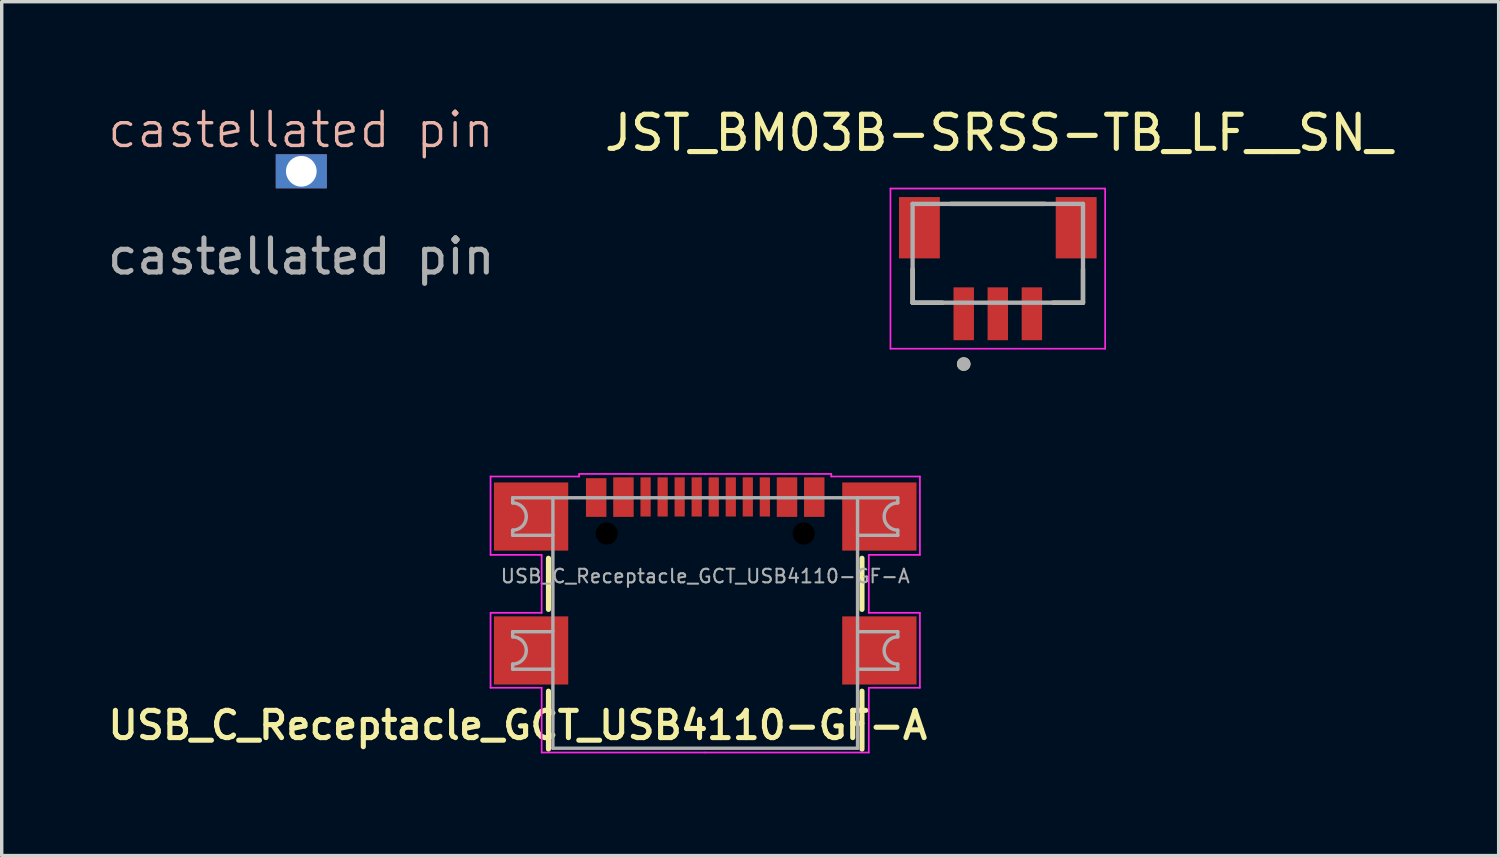
<source format=kicad_pcb>
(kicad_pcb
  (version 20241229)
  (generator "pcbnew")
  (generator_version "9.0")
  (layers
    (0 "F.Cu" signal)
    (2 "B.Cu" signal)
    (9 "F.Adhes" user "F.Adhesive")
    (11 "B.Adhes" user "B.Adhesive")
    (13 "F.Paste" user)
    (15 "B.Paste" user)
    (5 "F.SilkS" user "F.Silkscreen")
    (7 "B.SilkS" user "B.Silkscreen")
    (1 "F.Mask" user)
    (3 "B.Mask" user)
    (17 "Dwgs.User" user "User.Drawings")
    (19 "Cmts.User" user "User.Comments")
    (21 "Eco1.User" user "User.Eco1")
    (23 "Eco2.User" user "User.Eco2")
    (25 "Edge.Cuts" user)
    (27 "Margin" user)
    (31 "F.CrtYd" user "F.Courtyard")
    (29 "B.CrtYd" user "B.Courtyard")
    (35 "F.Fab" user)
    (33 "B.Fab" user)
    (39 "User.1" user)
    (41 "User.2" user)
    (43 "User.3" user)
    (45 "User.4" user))
  (footprint "castellated pin"
    (layer "F.Cu")
    (at 5.792 1.977)
    (property "Reference" "castellated pin" (at -0.01 -1.217 0) (unlocked yes) (layer "B.SilkS") (effects (font (size 1 1) (thickness 0.1))))
    (attr through_hole)
    (fp_text user "${REFERENCE}" (at 0 2.5 0) (unlocked yes) (layer "F.Fab") (effects (font (size 1 1) (thickness 0.15))))
    (pad "1" thru_hole rect (at 0 0) (size 1.5 1) (drill 0.9) (layers "*.Cu" "*.Mask")))
  (footprint "JST_BM03B-SRSS-TB_LF__SN_"
    (layer "F.Cu")
    (at 26.231 3.633)
    (property "Reference" "JST_BM03B-SRSS-TB_LF__SN_" (at 0.025 -2.785 0) (layer "F.SilkS") (effects (font (size 1 1) (thickness 0.15))))
    (attr smd)
    (fp_line (start -2.5 2.2) (end -2.5 1.22) (stroke (width 0.127) (type solid)) (layer "F.SilkS"))
    (fp_line (start -1.62 2.2) (end -2.5 2.2) (stroke (width 0.127) (type solid)) (layer "F.SilkS"))
    (fp_line (start -1.38 -0.7) (end 1.38 -0.7) (stroke (width 0.127) (type solid)) (layer "F.SilkS"))
    (fp_line (start 2.5 2.2) (end 1.62 2.2) (stroke (width 0.127) (type solid)) (layer "F.SilkS"))
    (fp_line (start 2.5 2.2) (end 2.5 1.22) (stroke (width 0.127) (type solid)) (layer "F.SilkS"))
    (fp_circle (center -1 4) (end -0.9 4) (stroke (width 0.2) (type solid)) (fill no) (layer "F.SilkS"))
    (fp_line (start -3.15 -1.15) (end -3.15 3.55) (stroke (width 0.05) (type solid)) (layer "F.CrtYd"))
    (fp_line (start -3.15 3.55) (end 3.15 3.55) (stroke (width 0.05) (type solid)) (layer "F.CrtYd"))
    (fp_line (start 3.15 -1.15) (end -3.15 -1.15) (stroke (width 0.05) (type solid)) (layer "F.CrtYd"))
    (fp_line (start 3.15 3.55) (end 3.15 -1.15) (stroke (width 0.05) (type solid)) (layer "F.CrtYd"))
    (fp_line (start -2.5 -0.7) (end 2.5 -0.7) (stroke (width 0.127) (type solid)) (layer "F.Fab"))
    (fp_line (start -2.5 2.2) (end -2.5 -0.7) (stroke (width 0.127) (type solid)) (layer "F.Fab"))
    (fp_line (start 2.5 -0.7) (end 2.5 2.2) (stroke (width 0.127) (type solid)) (layer "F.Fab"))
    (fp_line (start 2.5 2.2) (end -2.5 2.2) (stroke (width 0.127) (type solid)) (layer "F.Fab"))
    (fp_circle (center -1 4) (end -0.9 4) (stroke (width 0.2) (type solid)) (fill no) (layer "F.Fab"))
    (pad "1" smd rect (at -1 2.525) (size 0.6 1.55) (layers "F.Cu" "F.Mask" "F.Paste"))
    (pad "2" smd rect (at 0 2.525) (size 0.6 1.55) (layers "F.Cu" "F.Mask" "F.Paste"))
    (pad "3" smd rect (at 1 2.525) (size 0.6 1.55) (layers "F.Cu" "F.Mask" "F.Paste"))
    (pad "S1" smd rect (at -2.3 0) (size 1.2 1.8) (layers "F.Cu" "F.Mask" "F.Paste"))
    (pad "S2" smd rect (at 2.3 0) (size 1.2 1.8) (layers "F.Cu" "F.Mask" "F.Paste")))
  (footprint "USB_C_Receptacle_GCT_USB4110-GF-A"
    (layer "F.Cu")
    (at 17.645 15.233)
    (property "Reference" "USB_C_Receptacle_GCT_USB4110-GF-A" (at -5.5 3 0) (layer "F.SilkS") (effects (font (size 0.8 0.8) (thickness 0.15))))
    (attr smd)
    (fp_line (start -4.6 -0.4) (end -4.6 -1.9) (stroke (width 0.15) (type solid)) (layer "F.SilkS"))
    (fp_line (start -4.6 3.7) (end -4.6 2) (stroke (width 0.15) (type solid)) (layer "F.SilkS"))
    (fp_line (start 4.6 -0.4) (end 4.6 -1.9) (stroke (width 0.15) (type solid)) (layer "F.SilkS"))
    (fp_line (start 4.6 3.7) (end 4.6 2) (stroke (width 0.15) (type solid)) (layer "F.SilkS"))
    (fp_line (start -6.3 -4.3) (end -6.3 -2) (stroke (width 0.05) (type solid)) (layer "F.CrtYd"))
    (fp_line (start -6.3 -4.3) (end -3.7 -4.3) (stroke (width 0.05) (type solid)) (layer "F.CrtYd"))
    (fp_line (start -6.3 -2) (end -4.8 -2) (stroke (width 0.05) (type solid)) (layer "F.CrtYd"))
    (fp_line (start -6.3 -0.3) (end -6.3 1.9) (stroke (width 0.05) (type solid)) (layer "F.CrtYd"))
    (fp_line (start -4.8 -2) (end -4.8 -0.3) (stroke (width 0.05) (type solid)) (layer "F.CrtYd"))
    (fp_line (start -4.8 -0.3) (end -6.3 -0.3) (stroke (width 0.05) (type solid)) (layer "F.CrtYd"))
    (fp_line (start -4.8 1.9) (end -6.3 1.9) (stroke (width 0.05) (type solid)) (layer "F.CrtYd"))
    (fp_line (start -4.8 1.9) (end -4.8 3.8) (stroke (width 0.05) (type solid)) (layer "F.CrtYd"))
    (fp_line (start -3.7 -4.3) (end -3.7 -4.375) (stroke (width 0.05) (type solid)) (layer "F.CrtYd"))
    (fp_line (start 0 -4.375) (end -3.7 -4.375) (stroke (width 0.05) (type solid)) (layer "F.CrtYd"))
    (fp_line (start 0 -4.375) (end 3.7 -4.375) (stroke (width 0.05) (type solid)) (layer "F.CrtYd"))
    (fp_line (start 0 3.8) (end -4.8 3.8) (stroke (width 0.05) (type solid)) (layer "F.CrtYd"))
    (fp_line (start 0 3.8) (end 4.8 3.8) (stroke (width 0.05) (type solid)) (layer "F.CrtYd"))
    (fp_line (start 3.7 -4.3) (end 3.7 -4.375) (stroke (width 0.05) (type solid)) (layer "F.CrtYd"))
    (fp_line (start 4.8 -2) (end 4.8 -0.3) (stroke (width 0.05) (type solid)) (layer "F.CrtYd"))
    (fp_line (start 4.8 -0.3) (end 6.3 -0.3) (stroke (width 0.05) (type solid)) (layer "F.CrtYd"))
    (fp_line (start 4.8 1.9) (end 4.8 3.8) (stroke (width 0.05) (type solid)) (layer "F.CrtYd"))
    (fp_line (start 4.8 1.9) (end 6.3 1.9) (stroke (width 0.05) (type solid)) (layer "F.CrtYd"))
    (fp_line (start 6.3 -4.3) (end 3.7 -4.3) (stroke (width 0.05) (type solid)) (layer "F.CrtYd"))
    (fp_line (start 6.3 -4.3) (end 6.3 -2) (stroke (width 0.05) (type solid)) (layer "F.CrtYd"))
    (fp_line (start 6.3 -2) (end 4.8 -2) (stroke (width 0.05) (type solid)) (layer "F.CrtYd"))
    (fp_line (start 6.3 -0.3) (end 6.3 1.9) (stroke (width 0.05) (type solid)) (layer "F.CrtYd"))
    (fp_line (start -5.65 -3.675) (end -5.65 -3.525) (stroke (width 0.1) (type solid)) (layer "F.Fab"))
    (fp_line (start -5.65 -2.725) (end -5.65 -2.575) (stroke (width 0.1) (type solid)) (layer "F.Fab"))
    (fp_line (start -5.65 0.405) (end -5.65 0.255) (stroke (width 0.1) (type solid)) (layer "F.Fab"))
    (fp_line (start -5.65 1.355) (end -5.65 1.205) (stroke (width 0.1) (type solid)) (layer "F.Fab"))
    (fp_line (start -4.47 -3.675) (end -5.65 -3.675) (stroke (width 0.1) (type solid)) (layer "F.Fab"))
    (fp_line (start -4.47 -3.675) (end 4.47 -3.675) (stroke (width 0.1) (type solid)) (layer "F.Fab"))
    (fp_line (start -4.47 -2.575) (end -5.65 -2.575) (stroke (width 0.1) (type solid)) (layer "F.Fab"))
    (fp_line (start -4.47 0.255) (end -5.65 0.255) (stroke (width 0.1) (type solid)) (layer "F.Fab"))
    (fp_line (start -4.47 1.355) (end -5.65 1.355) (stroke (width 0.1) (type solid)) (layer "F.Fab"))
    (fp_line (start -4.47 3.675) (end -4.47 -3.675) (stroke (width 0.1) (type solid)) (layer "F.Fab"))
    (fp_line (start -4.47 3.675) (end 4.47 3.675) (stroke (width 0.1) (type solid)) (layer "F.Fab"))
    (fp_line (start 4.47 -3.675) (end 4.47 3.675) (stroke (width 0.1) (type solid)) (layer "F.Fab"))
    (fp_line (start 4.47 -3.675) (end 5.65 -3.675) (stroke (width 0.1) (type solid)) (layer "F.Fab"))
    (fp_line (start 4.47 -2.575) (end 5.65 -2.575) (stroke (width 0.1) (type solid)) (layer "F.Fab"))
    (fp_line (start 4.47 0.255) (end 5.65 0.255) (stroke (width 0.1) (type solid)) (layer "F.Fab"))
    (fp_line (start 4.47 1.355) (end 5.65 1.355) (stroke (width 0.1) (type solid)) (layer "F.Fab"))
    (fp_line (start 5.65 -3.675) (end 5.65 -3.525) (stroke (width 0.1) (type solid)) (layer "F.Fab"))
    (fp_line (start 5.65 -2.725) (end 5.65 -2.575) (stroke (width 0.1) (type solid)) (layer "F.Fab"))
    (fp_line (start 5.65 0.255) (end 5.65 0.405) (stroke (width 0.1) (type solid)) (layer "F.Fab"))
    (fp_line (start 5.65 1.205) (end 5.65 1.355) (stroke (width 0.1) (type solid)) (layer "F.Fab"))
    (fp_arc (start -5.65 -3.525) (mid -5.25 -3.125) (end -5.65 -2.725) (stroke (width 0.1) (type solid)) (layer "F.Fab"))
    (fp_arc (start -5.65 0.405) (mid -5.25 0.805) (end -5.65 1.205) (stroke (width 0.1) (type solid)) (layer "F.Fab"))
    (fp_arc (start 5.65 -2.725) (mid 5.25 -3.125) (end 5.65 -3.525) (stroke (width 0.1) (type solid)) (layer "F.Fab"))
    (fp_arc (start 5.65 1.205) (mid 5.25 0.805) (end 5.65 0.405) (stroke (width 0.1) (type solid)) (layer "F.Fab"))
    (fp_text user "${REFERENCE}" (at 0 -1.375 0) (layer "F.Fab") (effects (font (size 0.4 0.4) (thickness 0.06))))
    (pad "" np_thru_hole circle (at -2.89 -2.625) (size 0.65 0.65) (drill 0.65) (layers "*.Mask"))
    (pad "" np_thru_hole circle (at 2.89 -2.625) (size 0.65 0.65) (drill 0.65) (layers "*.Mask"))
    (pad "A1/B12" smd rect (at -3.2 -3.683) (size 0.6 1.135) (layers "F.Cu" "F.Mask" "F.Paste"))
    (pad "A4/B9" smd rect (at -2.4 -3.695) (size 0.6 1.16) (layers "F.Cu" "F.Mask" "F.Paste"))
    (pad "A5" smd rect (at -1.25 -3.7) (size 0.3 1.15) (layers "F.Cu" "F.Mask" "F.Paste"))
    (pad "A6" smd rect (at -0.25 -3.7) (size 0.3 1.15) (layers "F.Cu" "F.Mask" "F.Paste"))
    (pad "A7" smd rect (at 0.25 -3.7 180) (size 0.3 1.15) (layers "F.Cu" "F.Mask" "F.Paste"))
    (pad "A8" smd rect (at 1.25 -3.7 180) (size 0.3 1.15) (layers "F.Cu" "F.Mask" "F.Paste"))
    (pad "B1/A12" smd rect (at 3.2 -3.695 180) (size 0.6 1.16) (layers "F.Cu" "F.Mask" "F.Paste"))
    (pad "B4/A9" smd rect (at 2.4 -3.695 180) (size 0.6 1.16) (layers "F.Cu" "F.Mask" "F.Paste"))
    (pad "B5" smd rect (at 1.75 -3.7 180) (size 0.3 1.15) (layers "F.Cu" "F.Mask" "F.Paste"))
    (pad "B6" smd rect (at 0.75 -3.7 180) (size 0.3 1.15) (layers "F.Cu" "F.Mask" "F.Paste"))
    (pad "B7" smd rect (at -0.75 -3.7) (size 0.3 1.15) (layers "F.Cu" "F.Mask" "F.Paste"))
    (pad "B8" smd rect (at -1.75 -3.7) (size 0.3 1.15) (layers "F.Cu" "F.Mask" "F.Paste"))
    (pad "S1" smd rect (at -5.11 -3.125) (size 2.18 2) (layers "F.Cu" "F.Mask" "F.Paste"))
    (pad "S1" smd rect (at -5.11 0.805) (size 2.18 2) (layers "F.Cu" "F.Mask" "F.Paste"))
    (pad "S1" smd rect (at 5.11 -3.125) (size 2.18 2) (layers "F.Cu" "F.Mask" "F.Paste"))
    (pad "S1" smd rect (at 5.11 0.805) (size 2.18 2) (layers "F.Cu" "F.Mask" "F.Paste")))
  (gr_rect
    (start -3 -3)
    (end 40.929 22.058)
    (stroke (width 0.1) (type default))
    (fill no)
    (layer "Edge.Cuts")))
</source>
